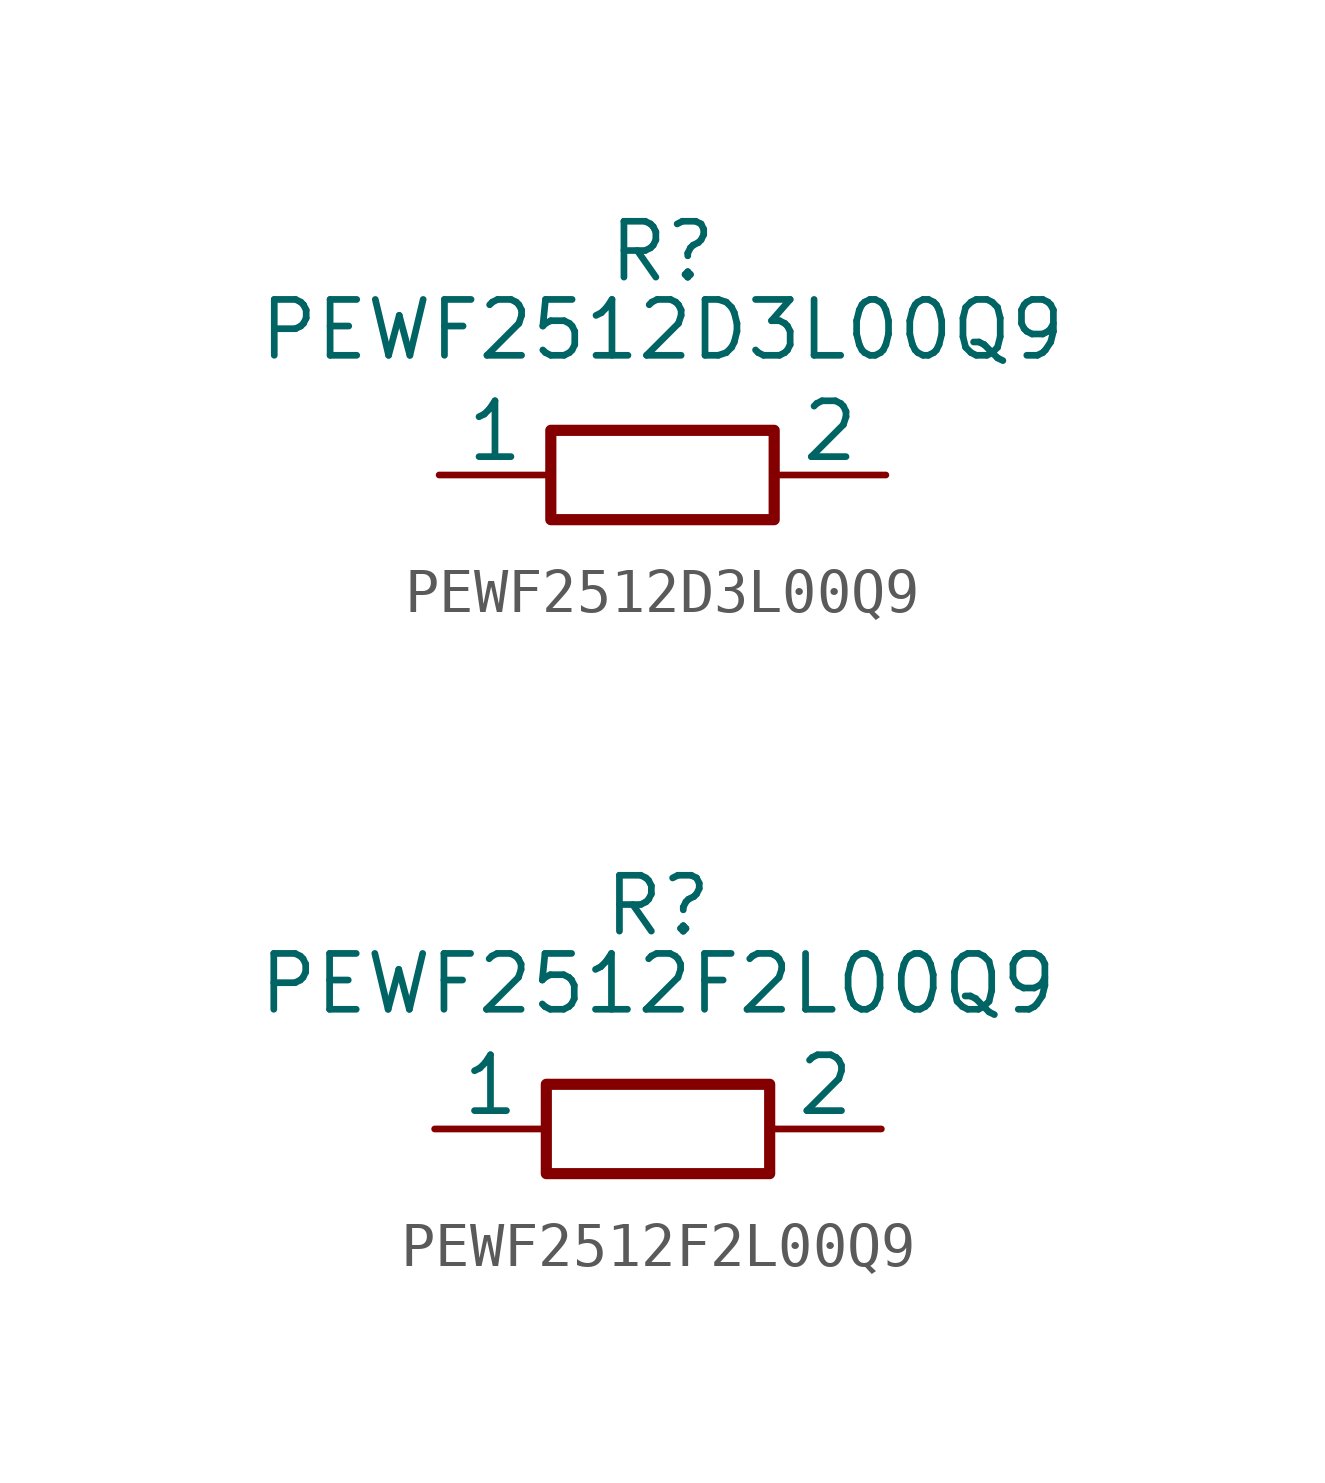
<source format=kicad_sym>
(kicad_symbol_lib
  (version 20231120)
  (generator "kicad_symbol_editor")
  (generator_version "8.0")
  (symbol "PEWF2512D3L00Q9"
    (pin_numbers hide)
    (pin_names
      (offset 0))
    (property "Reference" "R"
      (at 0 5.08 0)
      (effects (font (size 1.27 1.27))))
    (property "Value" "PEWF2512D3L00Q9"
      (at 0 3.302 0)
      (effects (font (size 1.27 1.27))))
    (symbol "PEWF2512D3L00Q9_0_1"
      (rectangle (start -2.54 1.016) (end 2.54 -1.016) (stroke (width 0.254) (type default)) (fill (type none))))
    (symbol "PEWF2512D3L00Q9_1_1"
      (pin passive line (at -5.08 0 0) (length 2.54) (name "1" (effects (font (size 1.27 1.27)))) (number "1" (effects (font (size 1.27 1.27)))))
      (pin passive line (at 5.08 0 180) (length 2.54) (name "2" (effects (font (size 1.27 1.27)))) (number "2" (effects (font (size 1.27 1.27)))))))
  (symbol "PEWF2512F2L00Q9"
    (pin_numbers hide)
    (pin_names
      (offset 0))
    (property "Reference" "R"
      (at 0 5.08 0)
      (effects (font (size 1.27 1.27))))
    (property "Value" "PEWF2512F2L00Q9"
      (at 0 3.302 0)
      (effects (font (size 1.27 1.27))))
    (symbol "PEWF2512F2L00Q9_0_1"
      (rectangle (start -2.54 1.016) (end 2.54 -1.016) (stroke (width 0.254) (type default)) (fill (type none))))
    (symbol "PEWF2512F2L00Q9_1_1"
      (pin passive line (at -5.08 0 0) (length 2.54) (name "1" (effects (font (size 1.27 1.27)))) (number "1" (effects (font (size 1.27 1.27)))))
      (pin passive line (at 5.08 0 180) (length 2.54) (name "2" (effects (font (size 1.27 1.27)))) (number "2" (effects (font (size 1.27 1.27))))))))
</source>
